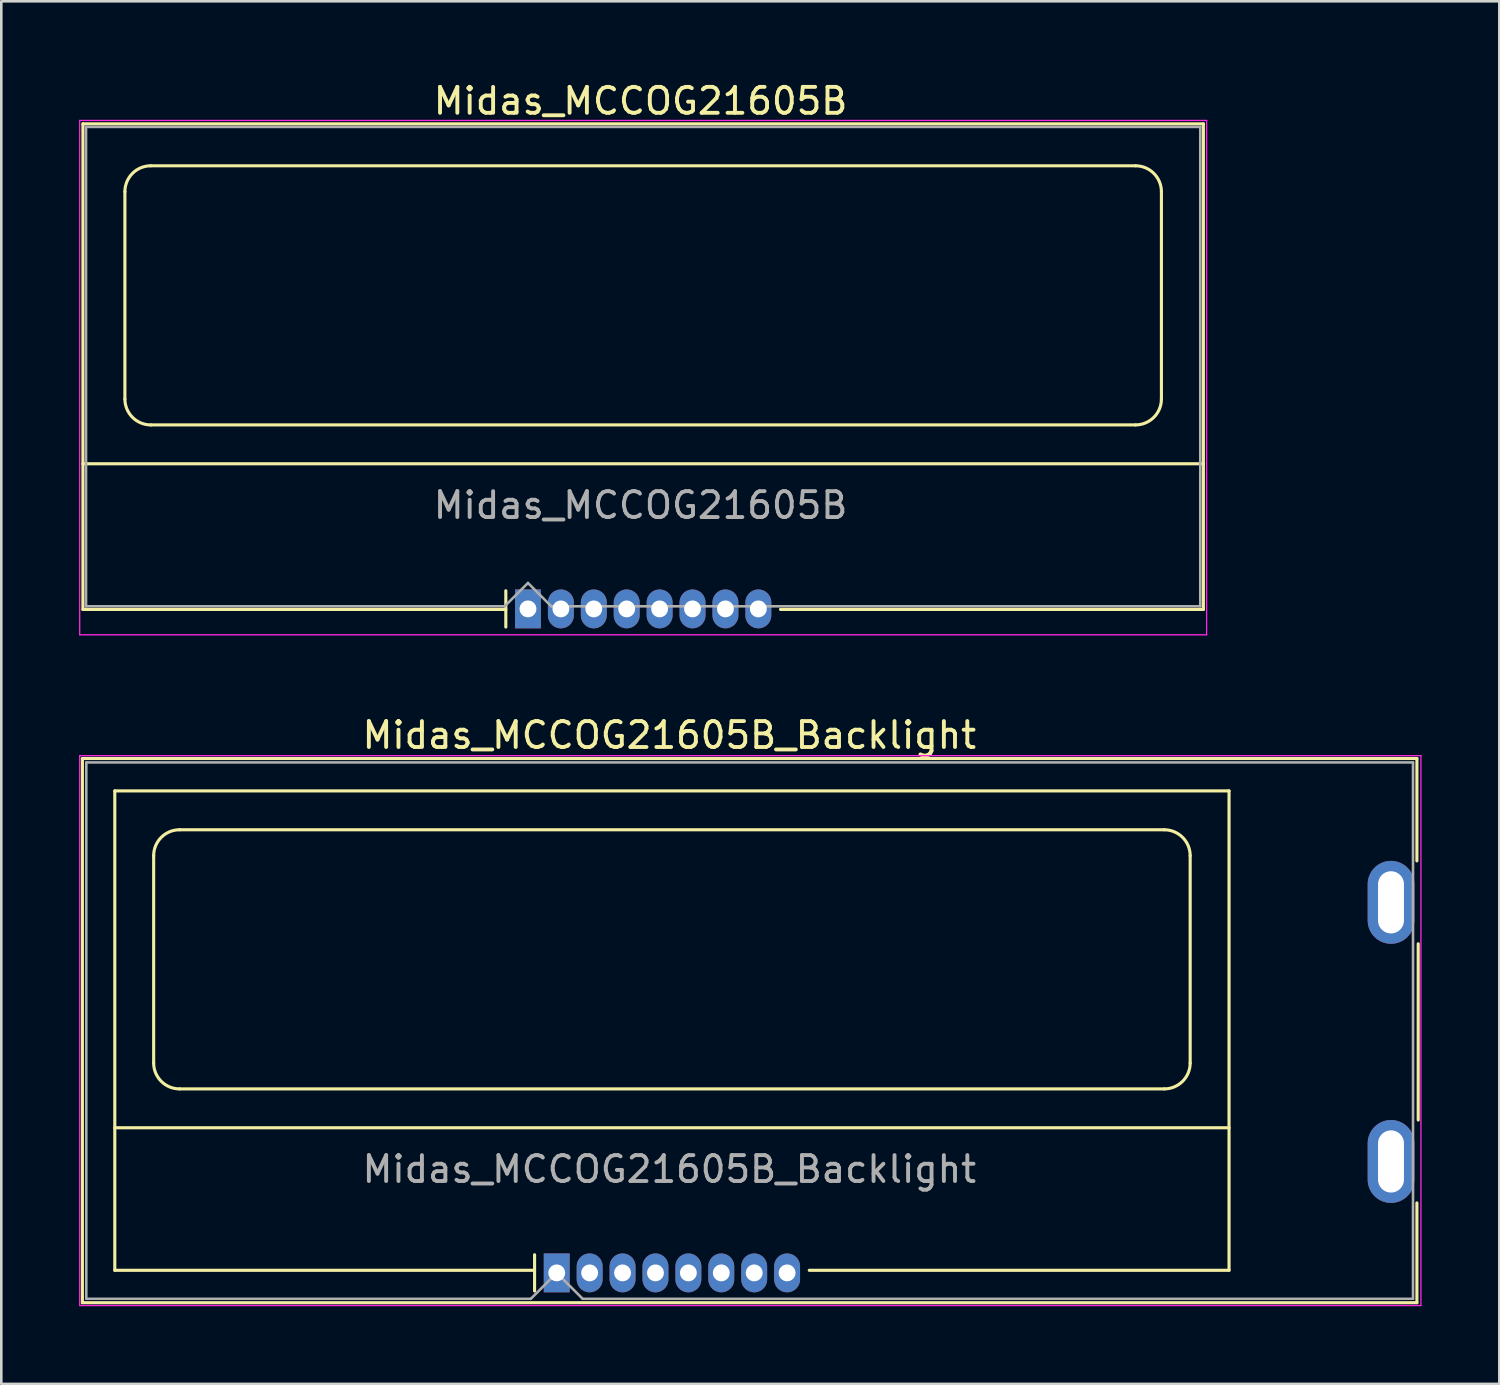
<source format=kicad_pcb>
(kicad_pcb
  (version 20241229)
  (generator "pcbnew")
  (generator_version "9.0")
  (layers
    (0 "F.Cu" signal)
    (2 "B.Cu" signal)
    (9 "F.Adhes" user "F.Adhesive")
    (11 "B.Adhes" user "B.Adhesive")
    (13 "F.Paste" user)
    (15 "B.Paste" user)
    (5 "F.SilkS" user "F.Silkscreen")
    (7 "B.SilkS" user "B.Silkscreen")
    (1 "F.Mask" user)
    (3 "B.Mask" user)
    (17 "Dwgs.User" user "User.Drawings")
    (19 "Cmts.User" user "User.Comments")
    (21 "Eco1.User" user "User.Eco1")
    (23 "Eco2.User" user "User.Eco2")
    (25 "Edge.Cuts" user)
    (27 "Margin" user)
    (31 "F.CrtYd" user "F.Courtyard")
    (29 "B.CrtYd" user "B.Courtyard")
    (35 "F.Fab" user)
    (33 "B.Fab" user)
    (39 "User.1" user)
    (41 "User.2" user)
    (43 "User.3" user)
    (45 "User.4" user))
  (footprint "Midas_MCCOG21605B"
    (layer "F.Cu")
    (at 17.325 20.448)
    (property "Reference" "Midas_MCCOG21605B" (at 4.345 -19.6 180) (layer "F.SilkS") (effects (font (size 1 1) (thickness 0.15))))
    (attr through_hole)
    (fp_line (start -17.175 -18.72) (end -17.175 0.02) (stroke (width 0.12) (type solid)) (layer "F.SilkS"))
    (fp_line (start -17.175 -18.72) (end 26.065 -18.72) (stroke (width 0.12) (type solid)) (layer "F.SilkS"))
    (fp_line (start -17.175 -5.6) (end 26.065 -5.6) (stroke (width 0.12) (type solid)) (layer "F.SilkS"))
    (fp_line (start -15.555 -8.1) (end -15.555 -16.1) (stroke (width 0.12) (type solid)) (layer "F.SilkS"))
    (fp_line (start -14.555 -17.1) (end 23.445 -17.1) (stroke (width 0.12) (type solid)) (layer "F.SilkS"))
    (fp_line (start -14.555 -7.1) (end 23.445 -7.1) (stroke (width 0.12) (type solid)) (layer "F.SilkS"))
    (fp_line (start -0.855 -0.7) (end -0.855 0.7) (stroke (width 0.12) (type solid)) (layer "F.SilkS"))
    (fp_line (start -0.855 0.02) (end -17.175 0.02) (stroke (width 0.12) (type solid)) (layer "F.SilkS"))
    (fp_line (start 24.445 -16.1) (end 24.445 -8.1) (stroke (width 0.12) (type solid)) (layer "F.SilkS"))
    (fp_line (start 26.065 -18.72) (end 26.065 0.02) (stroke (width 0.12) (type solid)) (layer "F.SilkS"))
    (fp_line (start 26.065 0.02) (end 9.745 0.02) (stroke (width 0.12) (type solid)) (layer "F.SilkS"))
    (fp_arc (start -15.555 -16.1) (mid -15.262107 -16.807107) (end -14.555 -17.1) (stroke (width 0.12) (type solid)) (layer "F.SilkS"))
    (fp_arc (start -14.555 -7.1) (mid -15.262107 -7.392893) (end -15.555 -8.1) (stroke (width 0.12) (type solid)) (layer "F.SilkS"))
    (fp_arc (start 23.445 -17.1) (mid 24.152107 -16.807107) (end 24.445 -16.1) (stroke (width 0.12) (type solid)) (layer "F.SilkS"))
    (fp_arc (start 24.445 -8.1) (mid 24.152107 -7.392893) (end 23.445 -7.1) (stroke (width 0.12) (type solid)) (layer "F.SilkS"))
    (fp_line (start -17.3 -18.85) (end -17.3 1) (stroke (width 0.05) (type solid)) (layer "F.CrtYd"))
    (fp_line (start -17.3 -18.85) (end 26.19 -18.85) (stroke (width 0.05) (type solid)) (layer "F.CrtYd"))
    (fp_line (start -17.3 1) (end 26.19 1) (stroke (width 0.05) (type solid)) (layer "F.CrtYd"))
    (fp_line (start 26.19 -18.85) (end 26.19 1) (stroke (width 0.05) (type solid)) (layer "F.CrtYd"))
    (fp_line (start -17.055 -18.6) (end -17.055 -0.1) (stroke (width 0.1) (type solid)) (layer "F.Fab"))
    (fp_line (start -17.055 -18.6) (end 25.945 -18.6) (stroke (width 0.1) (type solid)) (layer "F.Fab"))
    (fp_line (start -17.055 -0.1) (end -0.9 -0.1) (stroke (width 0.1) (type solid)) (layer "F.Fab"))
    (fp_line (start 0 -1) (end -0.9 -0.1) (stroke (width 0.1) (type solid)) (layer "F.Fab"))
    (fp_line (start 0 -1) (end 0.9 -0.1) (stroke (width 0.1) (type solid)) (layer "F.Fab"))
    (fp_line (start 0.9 -0.1) (end 25.945 -0.1) (stroke (width 0.1) (type solid)) (layer "F.Fab"))
    (fp_line (start 25.945 -0.1) (end 25.945 -18.6) (stroke (width 0.1) (type solid)) (layer "F.Fab"))
    (fp_text user "${REFERENCE}" (at 4.345 -4 0) (unlocked yes) (layer "F.Fab") (effects (font (size 1 1) (thickness 0.15))))
    (pad "1" thru_hole rect (at 0 0) (size 1 1.5) (drill 0.65) (layers "*.Cu" "*.Mask"))
    (pad "2" thru_hole oval (at 1.27 0) (size 1 1.5) (drill 0.65) (layers "*.Cu" "*.Mask"))
    (pad "3" thru_hole oval (at 2.54 0) (size 1 1.5) (drill 0.65) (layers "*.Cu" "*.Mask"))
    (pad "4" thru_hole oval (at 3.81 0) (size 1 1.5) (drill 0.65) (layers "*.Cu" "*.Mask"))
    (pad "5" thru_hole oval (at 5.08 0) (size 1 1.5) (drill 0.65) (layers "*.Cu" "*.Mask"))
    (pad "6" thru_hole oval (at 6.35 0) (size 1 1.5) (drill 0.65) (layers "*.Cu" "*.Mask"))
    (pad "7" thru_hole oval (at 7.62 0) (size 1 1.5) (drill 0.65) (layers "*.Cu" "*.Mask"))
    (pad "8" thru_hole oval (at 8.89 0) (size 1 1.5) (drill 0.65) (layers "*.Cu" "*.Mask")))
  (footprint "Midas_MCCOG21605B_Backlight"
    (layer "F.Cu")
    (at 18.435 46.072)
    (property "Reference" "Midas_MCCOG21605B_Backlight" (at 4.345 -20.75 180) (layer "F.SilkS") (effects (font (size 1 1) (thickness 0.15))))
    (attr through_hole)
    (fp_line (start -18.305 -19.85) (end -18.305 1.15) (stroke (width 0.12) (type solid)) (layer "F.SilkS"))
    (fp_line (start -18.305 -19.85) (end 33.195 -19.85) (stroke (width 0.12) (type solid)) (layer "F.SilkS"))
    (fp_line (start -17.055 -18.6) (end -17.055 -0.1) (stroke (width 0.12) (type solid)) (layer "F.SilkS"))
    (fp_line (start -17.055 -18.6) (end 25.945 -18.6) (stroke (width 0.12) (type solid)) (layer "F.SilkS"))
    (fp_line (start -17.055 -5.6) (end 25.945 -5.6) (stroke (width 0.12) (type solid)) (layer "F.SilkS"))
    (fp_line (start -15.555 -8.1) (end -15.555 -16.1) (stroke (width 0.12) (type solid)) (layer "F.SilkS"))
    (fp_line (start -14.555 -17.1) (end 23.445 -17.1) (stroke (width 0.12) (type solid)) (layer "F.SilkS"))
    (fp_line (start -14.555 -7.1) (end 23.445 -7.1) (stroke (width 0.12) (type solid)) (layer "F.SilkS"))
    (fp_line (start -0.855 -0.7) (end -0.855 0.7) (stroke (width 0.12) (type solid)) (layer "F.SilkS"))
    (fp_line (start -0.855 -0.1) (end -17.055 -0.1) (stroke (width 0.12) (type solid)) (layer "F.SilkS"))
    (fp_line (start 24.445 -16.1) (end 24.445 -8.1) (stroke (width 0.12) (type solid)) (layer "F.SilkS"))
    (fp_line (start 25.945 -18.6) (end 25.945 -0.1) (stroke (width 0.12) (type solid)) (layer "F.SilkS"))
    (fp_line (start 25.945 -0.1) (end 9.745 -0.1) (stroke (width 0.12) (type solid)) (layer "F.SilkS"))
    (fp_line (start 33.195 -15.9) (end 33.195 -19.85) (stroke (width 0.12) (type solid)) (layer "F.SilkS"))
    (fp_line (start 33.195 -2.7) (end 33.195 1.15) (stroke (width 0.12) (type solid)) (layer "F.SilkS"))
    (fp_line (start 33.195 1.15) (end -18.305 1.15) (stroke (width 0.12) (type solid)) (layer "F.SilkS"))
    (fp_line (start 33.245 -12.7) (end 33.245 -5.9) (stroke (width 0.12) (type solid)) (layer "F.SilkS"))
    (fp_arc (start -15.555 -16.1) (mid -15.262107 -16.807107) (end -14.555 -17.1) (stroke (width 0.12) (type solid)) (layer "F.SilkS"))
    (fp_arc (start -14.555 -7.1) (mid -15.262107 -7.392893) (end -15.555 -8.1) (stroke (width 0.12) (type solid)) (layer "F.SilkS"))
    (fp_arc (start 23.445 -17.1) (mid 24.152107 -16.807107) (end 24.445 -16.1) (stroke (width 0.12) (type solid)) (layer "F.SilkS"))
    (fp_arc (start 24.445 -8.1) (mid 24.152107 -7.392893) (end 23.445 -7.1) (stroke (width 0.12) (type solid)) (layer "F.SilkS"))
    (fp_line (start -18.41 -19.96) (end -18.41 1.26) (stroke (width 0.05) (type solid)) (layer "F.CrtYd"))
    (fp_line (start -18.41 -19.96) (end 33.35 -19.96) (stroke (width 0.05) (type solid)) (layer "F.CrtYd"))
    (fp_line (start -18.41 1.26) (end 33.35 1.26) (stroke (width 0.05) (type solid)) (layer "F.CrtYd"))
    (fp_line (start 33.35 -19.96) (end 33.35 1.26) (stroke (width 0.05) (type solid)) (layer "F.CrtYd"))
    (fp_line (start -18.155 -19.7) (end -18.155 1) (stroke (width 0.1) (type solid)) (layer "F.Fab"))
    (fp_line (start -18.155 -19.7) (end 33.045 -19.7) (stroke (width 0.1) (type solid)) (layer "F.Fab"))
    (fp_line (start -18.155 1) (end -1 1) (stroke (width 0.1) (type solid)) (layer "F.Fab"))
    (fp_line (start 0 0) (end -1 1) (stroke (width 0.1) (type solid)) (layer "F.Fab"))
    (fp_line (start 0 0) (end 1 1) (stroke (width 0.1) (type solid)) (layer "F.Fab"))
    (fp_line (start 1 1) (end 33.045 1) (stroke (width 0.1) (type solid)) (layer "F.Fab"))
    (fp_line (start 33.045 1) (end 33.045 -19.7) (stroke (width 0.1) (type solid)) (layer "F.Fab"))
    (fp_text user "${REFERENCE}" (at 4.345 -4 0) (unlocked yes) (layer "F.Fab") (effects (font (size 1 1) (thickness 0.15))))
    (pad "1" thru_hole rect (at 0 0) (size 1 1.5) (drill 0.65) (layers "*.Cu" "*.Mask"))
    (pad "2" thru_hole oval (at 1.27 0) (size 1 1.5) (drill 0.65) (layers "*.Cu" "*.Mask"))
    (pad "3" thru_hole oval (at 2.54 0) (size 1 1.5) (drill 0.65) (layers "*.Cu" "*.Mask"))
    (pad "4" thru_hole oval (at 3.81 0) (size 1 1.5) (drill 0.65) (layers "*.Cu" "*.Mask"))
    (pad "5" thru_hole oval (at 5.08 0) (size 1 1.5) (drill 0.65) (layers "*.Cu" "*.Mask"))
    (pad "6" thru_hole oval (at 6.35 0) (size 1 1.5) (drill 0.65) (layers "*.Cu" "*.Mask"))
    (pad "7" thru_hole oval (at 7.62 0) (size 1 1.5) (drill 0.65) (layers "*.Cu" "*.Mask"))
    (pad "8" thru_hole oval (at 8.89 0) (size 1 1.5) (drill 0.65) (layers "*.Cu" "*.Mask"))
    (pad "9" thru_hole oval (at 32.195 -4.3) (size 1.8 3.2) (drill oval 1 2.4) (layers "*.Cu" "*.Mask"))
    (pad "10" thru_hole oval (at 32.195 -14.3) (size 1.8 3.2) (drill oval 1 2.4) (layers "*.Cu" "*.Mask")))
  (gr_rect
    (start -3 -3)
    (end 54.81 50.356)
    (stroke (width 0.1) (type default))
    (fill no)
    (layer "Edge.Cuts")))
</source>
